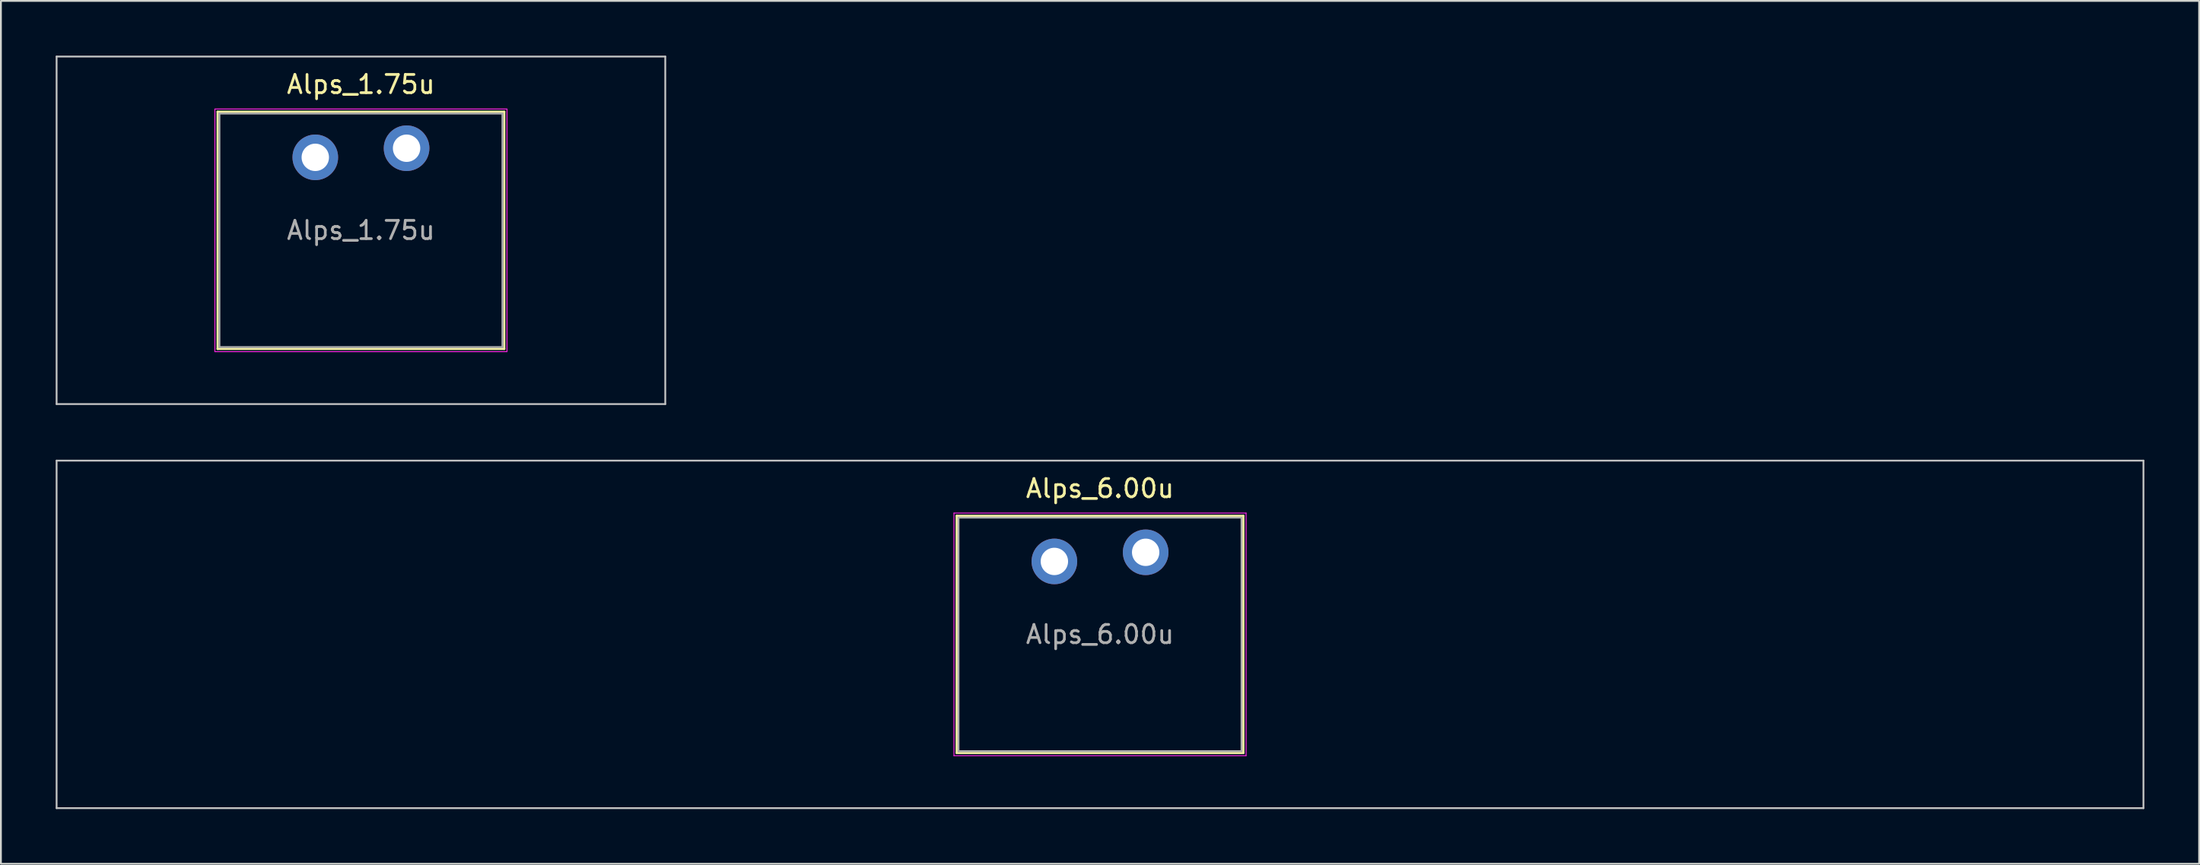
<source format=kicad_pcb>
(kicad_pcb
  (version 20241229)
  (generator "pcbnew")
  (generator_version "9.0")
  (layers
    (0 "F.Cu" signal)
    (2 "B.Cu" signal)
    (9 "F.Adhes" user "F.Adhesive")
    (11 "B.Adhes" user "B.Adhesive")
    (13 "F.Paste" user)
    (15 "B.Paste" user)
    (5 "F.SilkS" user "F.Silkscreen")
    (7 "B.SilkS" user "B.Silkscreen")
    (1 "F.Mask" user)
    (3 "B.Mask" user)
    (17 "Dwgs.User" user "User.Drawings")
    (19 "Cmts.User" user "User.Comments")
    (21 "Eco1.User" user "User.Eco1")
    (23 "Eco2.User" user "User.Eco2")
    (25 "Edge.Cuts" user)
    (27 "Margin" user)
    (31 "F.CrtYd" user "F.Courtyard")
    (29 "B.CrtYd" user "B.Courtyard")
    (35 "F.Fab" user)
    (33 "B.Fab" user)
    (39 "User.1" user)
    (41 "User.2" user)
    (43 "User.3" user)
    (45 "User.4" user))
  (footprint "Alps_6.00u"
    (layer "F.Cu")
    (at 57.2 31.725)
    (property "Reference" "Alps_6.00u" (at 0 -8 0) (layer "F.SilkS") (effects (font (size 1 1) (thickness 0.15))))
    (attr through_hole)
    (fp_line (start -7.85 -6.5) (end -7.85 6.5) (stroke (width 0.12) (type solid)) (layer "F.SilkS"))
    (fp_line (start -7.85 6.5) (end 7.85 6.5) (stroke (width 0.12) (type solid)) (layer "F.SilkS"))
    (fp_line (start 7.85 -6.5) (end -7.85 -6.5) (stroke (width 0.12) (type solid)) (layer "F.SilkS"))
    (fp_line (start 7.85 6.5) (end 7.85 -6.5) (stroke (width 0.12) (type solid)) (layer "F.SilkS"))
    (fp_line (start -57.15 -9.525) (end -57.15 9.525) (stroke (width 0.1) (type solid)) (layer "Dwgs.User"))
    (fp_line (start -57.15 9.525) (end 57.15 9.525) (stroke (width 0.1) (type solid)) (layer "Dwgs.User"))
    (fp_line (start 57.15 -9.525) (end -57.15 -9.525) (stroke (width 0.1) (type solid)) (layer "Dwgs.User"))
    (fp_line (start 57.15 9.525) (end 57.15 -9.525) (stroke (width 0.1) (type solid)) (layer "Dwgs.User"))
    (fp_line (start -7.75 -6.4) (end -7.75 6.4) (stroke (width 0.1) (type solid)) (layer "Eco1.User"))
    (fp_line (start -7.75 6.4) (end 7.75 6.4) (stroke (width 0.1) (type solid)) (layer "Eco1.User"))
    (fp_line (start 7.75 -6.4) (end -7.75 -6.4) (stroke (width 0.1) (type solid)) (layer "Eco1.User"))
    (fp_line (start 7.75 6.4) (end 7.75 -6.4) (stroke (width 0.1) (type solid)) (layer "Eco1.User"))
    (fp_line (start -8 -6.65) (end -8 6.65) (stroke (width 0.05) (type solid)) (layer "F.CrtYd"))
    (fp_line (start -8 6.65) (end 8 6.65) (stroke (width 0.05) (type solid)) (layer "F.CrtYd"))
    (fp_line (start 8 -6.65) (end -8 -6.65) (stroke (width 0.05) (type solid)) (layer "F.CrtYd"))
    (fp_line (start 8 6.65) (end 8 -6.65) (stroke (width 0.05) (type solid)) (layer "F.CrtYd"))
    (fp_line (start -7.75 -6.4) (end -7.75 6.4) (stroke (width 0.1) (type solid)) (layer "F.Fab"))
    (fp_line (start -7.75 6.4) (end 7.75 6.4) (stroke (width 0.1) (type solid)) (layer "F.Fab"))
    (fp_line (start 7.75 -6.4) (end -7.75 -6.4) (stroke (width 0.1) (type solid)) (layer "F.Fab"))
    (fp_line (start 7.75 6.4) (end 7.75 -6.4) (stroke (width 0.1) (type solid)) (layer "F.Fab"))
    (fp_text user "${REFERENCE}" (at 0 0 0) (layer "F.Fab") (effects (font (size 1 1) (thickness 0.15))))
    (pad "1" thru_hole circle (at -2.5 -4) (size 2.5 2.5) (drill 1.5) (layers "*.Cu" "*.Mask"))
    (pad "2" thru_hole circle (at 2.5 -4.5) (size 2.5 2.5) (drill 1.5) (layers "*.Cu" "*.Mask")))
  (footprint "Alps_1.75u"
    (layer "F.Cu")
    (at 16.719 9.575)
    (property "Reference" "Alps_1.75u" (at 0 -8 0) (layer "F.SilkS") (effects (font (size 1 1) (thickness 0.15))))
    (attr through_hole)
    (fp_line (start -7.85 -6.5) (end -7.85 6.5) (stroke (width 0.12) (type solid)) (layer "F.SilkS"))
    (fp_line (start -7.85 6.5) (end 7.85 6.5) (stroke (width 0.12) (type solid)) (layer "F.SilkS"))
    (fp_line (start 7.85 -6.5) (end -7.85 -6.5) (stroke (width 0.12) (type solid)) (layer "F.SilkS"))
    (fp_line (start 7.85 6.5) (end 7.85 -6.5) (stroke (width 0.12) (type solid)) (layer "F.SilkS"))
    (fp_line (start -16.669 -9.525) (end -16.669 9.525) (stroke (width 0.1) (type solid)) (layer "Dwgs.User"))
    (fp_line (start -16.669 9.525) (end 16.669 9.525) (stroke (width 0.1) (type solid)) (layer "Dwgs.User"))
    (fp_line (start 16.669 -9.525) (end -16.669 -9.525) (stroke (width 0.1) (type solid)) (layer "Dwgs.User"))
    (fp_line (start 16.669 9.525) (end 16.669 -9.525) (stroke (width 0.1) (type solid)) (layer "Dwgs.User"))
    (fp_line (start -7.75 -6.4) (end -7.75 6.4) (stroke (width 0.1) (type solid)) (layer "Eco1.User"))
    (fp_line (start -7.75 6.4) (end 7.75 6.4) (stroke (width 0.1) (type solid)) (layer "Eco1.User"))
    (fp_line (start 7.75 -6.4) (end -7.75 -6.4) (stroke (width 0.1) (type solid)) (layer "Eco1.User"))
    (fp_line (start 7.75 6.4) (end 7.75 -6.4) (stroke (width 0.1) (type solid)) (layer "Eco1.User"))
    (fp_line (start -8 -6.65) (end -8 6.65) (stroke (width 0.05) (type solid)) (layer "F.CrtYd"))
    (fp_line (start -8 6.65) (end 8 6.65) (stroke (width 0.05) (type solid)) (layer "F.CrtYd"))
    (fp_line (start 8 -6.65) (end -8 -6.65) (stroke (width 0.05) (type solid)) (layer "F.CrtYd"))
    (fp_line (start 8 6.65) (end 8 -6.65) (stroke (width 0.05) (type solid)) (layer "F.CrtYd"))
    (fp_line (start -7.75 -6.4) (end -7.75 6.4) (stroke (width 0.1) (type solid)) (layer "F.Fab"))
    (fp_line (start -7.75 6.4) (end 7.75 6.4) (stroke (width 0.1) (type solid)) (layer "F.Fab"))
    (fp_line (start 7.75 -6.4) (end -7.75 -6.4) (stroke (width 0.1) (type solid)) (layer "F.Fab"))
    (fp_line (start 7.75 6.4) (end 7.75 -6.4) (stroke (width 0.1) (type solid)) (layer "F.Fab"))
    (fp_text user "${REFERENCE}" (at 0 0 0) (layer "F.Fab") (effects (font (size 1 1) (thickness 0.15))))
    (pad "1" thru_hole circle (at -2.5 -4) (size 2.5 2.5) (drill 1.5) (layers "*.Cu" "*.Mask"))
    (pad "2" thru_hole circle (at 2.5 -4.5) (size 2.5 2.5) (drill 1.5) (layers "*.Cu" "*.Mask")))
  (gr_rect
    (start -3 -3)
    (end 117.4 44.3)
    (stroke (width 0.1) (type default))
    (fill no)
    (layer "Edge.Cuts")))
</source>
